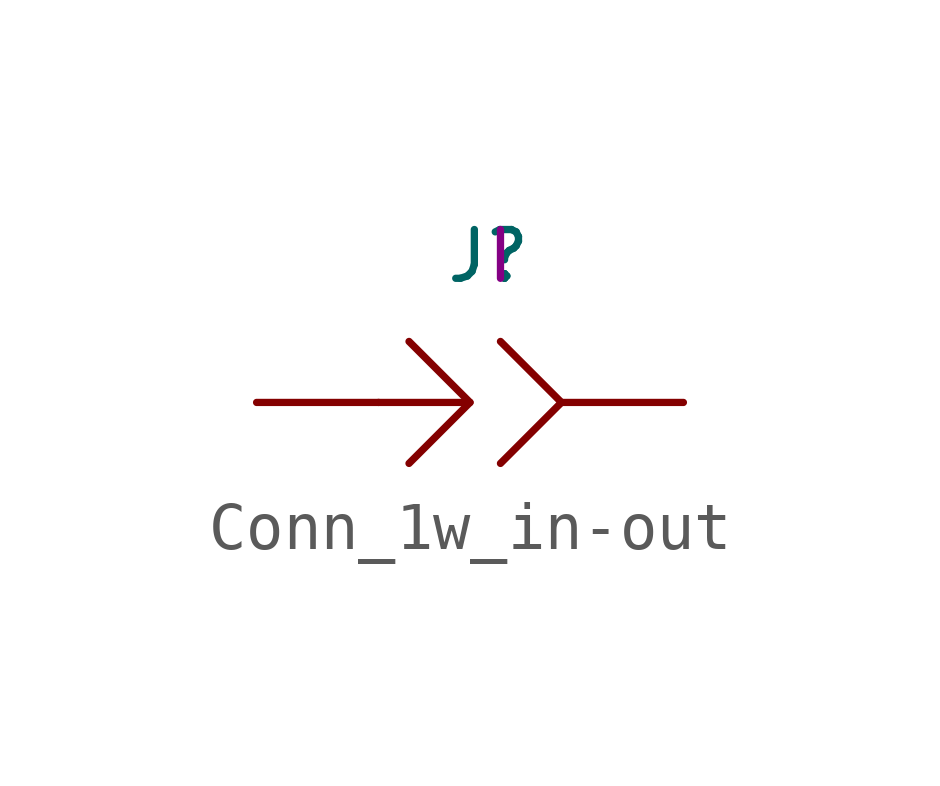
<source format=kicad_sym>
(kicad_symbol_lib
  (version 20231120)
  (generator "kicad_symbol_editor")
  (generator_version "8.0")
  (symbol "Conn_1w_in-out"
    (pin_numbers hide)
    (pin_names
      (offset 1.016) hide)
    (property "Reference" "J"
      (at -0.254 3.048 0)
      (effects (font (size 1.016 1.016))))
    (property "IN-OUT-N" "I"
      (at 0 3.048 0)
      (effects (font (size 1.016 1.016))))
    (symbol "Conn_1w_in-out_0_1"
      (polyline (pts (xy -0.635 0) (xy -2.54 0)) (stroke (width 0) (type default)) (fill (type none)))
      (polyline (pts (xy -1.905 1.27) (xy -0.635 0) (xy -1.905 -1.27)) (stroke (width 0) (type default)) (fill (type none)))
      (polyline (pts (xy 0 1.27) (xy 1.27 0) (xy 0 -1.27)) (stroke (width 0) (type default)) (fill (type none))))
    (symbol "Conn_1w_in-out_1_1"
      (pin bidirectional line (at -5.08 0 0) (length 2.54) (name "~" (effects (font (size 1.016 1.016)))) (number "1" (effects (font (size 1.016 1.016)))))
      (pin bidirectional line (at 3.81 0 180) (length 2.54) (name "~" (effects (font (size 1.016 1.016)))) (number "1" (effects (font (size 1.016 1.016))))))))
</source>
